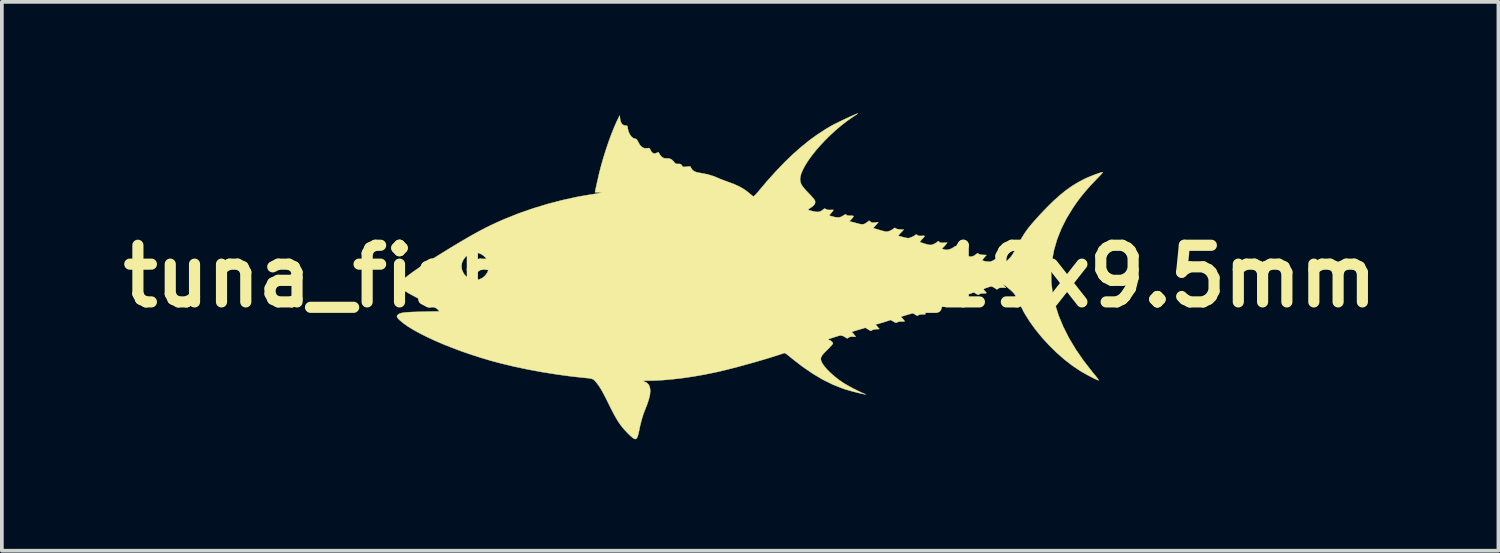
<source format=kicad_pcb>
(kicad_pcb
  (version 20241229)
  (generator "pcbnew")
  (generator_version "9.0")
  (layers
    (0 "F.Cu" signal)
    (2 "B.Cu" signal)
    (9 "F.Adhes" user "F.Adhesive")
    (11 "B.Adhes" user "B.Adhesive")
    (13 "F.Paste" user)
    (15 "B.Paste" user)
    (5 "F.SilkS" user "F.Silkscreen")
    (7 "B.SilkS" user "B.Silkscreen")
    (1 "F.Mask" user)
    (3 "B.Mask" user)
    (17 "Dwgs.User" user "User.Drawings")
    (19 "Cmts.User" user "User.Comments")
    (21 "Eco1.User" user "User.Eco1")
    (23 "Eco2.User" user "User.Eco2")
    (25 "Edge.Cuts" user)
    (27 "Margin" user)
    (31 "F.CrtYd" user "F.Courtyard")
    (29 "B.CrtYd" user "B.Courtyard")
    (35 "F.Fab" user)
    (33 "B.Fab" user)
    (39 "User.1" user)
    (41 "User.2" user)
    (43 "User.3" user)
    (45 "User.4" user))
  (footprint "tuna_fish_back3_L_19x9.5mm"
    (layer "F.Cu")
    (at 17.134 4.384)
    (property "Reference" "tuna_fish_back3_L_19x9.5mm" (at 0 0 0) (layer "F.SilkS") (effects (font (size 1.524 1.524) (thickness 0.3))))
    (attr through_hole)
    (fp_poly (pts (xy -7.383 -0.376) (xy -7.353 -0.356) (xy -7.33 -0.319) (xy -7.323 -0.282) (xy -7.333 -0.239) (xy -7.353 -0.208) (xy -7.39 -0.186) (xy -7.427 -0.178) (xy -7.471 -0.188) (xy -7.501 -0.208) (xy -7.524 -0.245) (xy -7.531 -0.282) (xy -7.521 -0.326) (xy -7.501 -0.356) (xy -7.464 -0.379) (xy -7.427 -0.386) (xy -7.383 -0.376)) (stroke (width 0.01) (type solid)) (fill yes) (layer "F.SilkS"))
    (fp_poly (pts (xy 2.896 -4.377) (xy 2.881 -4.366) (xy 2.847 -4.343) (xy 2.799 -4.311) (xy 2.755 -4.282) (xy 2.602 -4.175) (xy 2.45 -4.057) (xy 2.299 -3.929) (xy 2.153 -3.795) (xy 2.013 -3.656) (xy 1.88 -3.514) (xy 1.758 -3.372) (xy 1.648 -3.233) (xy 1.552 -3.098) (xy 1.472 -2.969) (xy 1.41 -2.85) (xy 1.368 -2.743) (xy 1.347 -2.649) (xy 1.345 -2.622) (xy 1.348 -2.566) (xy 1.36 -2.515) (xy 1.382 -2.464) (xy 1.419 -2.408) (xy 1.472 -2.344) (xy 1.545 -2.266) (xy 1.575 -2.235) (xy 1.635 -2.172) (xy 1.686 -2.115) (xy 1.723 -2.069) (xy 1.743 -2.037) (xy 1.746 -2.031) (xy 1.75 -1.985) (xy 1.737 -1.943) (xy 1.703 -1.901) (xy 1.647 -1.856) (xy 1.566 -1.804) (xy 1.566 -1.803) (xy 1.557 -1.795) (xy 1.566 -1.786) (xy 1.594 -1.775) (xy 1.646 -1.761) (xy 1.674 -1.754) (xy 1.759 -1.736) (xy 1.824 -1.731) (xy 1.877 -1.74) (xy 1.925 -1.765) (xy 1.96 -1.792) (xy 1.99 -1.815) (xy 2.011 -1.82) (xy 2.035 -1.808) (xy 2.041 -1.804) (xy 2.083 -1.788) (xy 2.142 -1.784) (xy 2.161 -1.785) (xy 2.206 -1.787) (xy 2.235 -1.786) (xy 2.243 -1.783) (xy 2.234 -1.77) (xy 2.211 -1.74) (xy 2.184 -1.706) (xy 2.124 -1.636) (xy 2.21 -1.61) (xy 2.303 -1.587) (xy 2.38 -1.583) (xy 2.446 -1.599) (xy 2.5 -1.629) (xy 2.539 -1.655) (xy 2.562 -1.665) (xy 2.579 -1.662) (xy 2.591 -1.651) (xy 2.617 -1.636) (xy 2.661 -1.629) (xy 2.704 -1.629) (xy 2.753 -1.629) (xy 2.778 -1.622) (xy 2.78 -1.606) (xy 2.759 -1.575) (xy 2.719 -1.531) (xy 2.688 -1.497) (xy 2.676 -1.479) (xy 2.682 -1.472) (xy 2.7 -1.47) (xy 2.725 -1.466) (xy 2.77 -1.455) (xy 2.829 -1.439) (xy 2.867 -1.428) (xy 2.946 -1.407) (xy 3.005 -1.398) (xy 3.051 -1.401) (xy 3.093 -1.417) (xy 3.138 -1.447) (xy 3.15 -1.456) (xy 3.202 -1.497) (xy 3.239 -1.467) (xy 3.265 -1.45) (xy 3.296 -1.443) (xy 3.341 -1.444) (xy 3.363 -1.447) (xy 3.451 -1.456) (xy 3.423 -1.422) (xy 3.394 -1.389) (xy 3.359 -1.35) (xy 3.353 -1.343) (xy 3.311 -1.297) (xy 3.472 -1.248) (xy 3.54 -1.228) (xy 3.602 -1.212) (xy 3.648 -1.202) (xy 3.671 -1.2) (xy 3.725 -1.21) (xy 3.787 -1.235) (xy 3.841 -1.267) (xy 3.858 -1.281) (xy 3.883 -1.301) (xy 3.901 -1.301) (xy 3.918 -1.288) (xy 3.954 -1.271) (xy 4.014 -1.261) (xy 4.039 -1.26) (xy 4.133 -1.255) (xy 4.057 -1.174) (xy 4.021 -1.135) (xy 3.996 -1.106) (xy 3.985 -1.092) (xy 3.985 -1.092) (xy 4.007 -1.083) (xy 4.05 -1.071) (xy 4.103 -1.057) (xy 4.159 -1.043) (xy 4.209 -1.032) (xy 4.243 -1.026) (xy 4.251 -1.025) (xy 4.29 -1.033) (xy 4.342 -1.052) (xy 4.395 -1.077) (xy 4.437 -1.103) (xy 4.445 -1.11) (xy 4.466 -1.125) (xy 4.485 -1.12) (xy 4.5 -1.107) (xy 4.525 -1.092) (xy 4.559 -1.085) (xy 4.612 -1.087) (xy 4.618 -1.087) (xy 4.663 -1.09) (xy 4.688 -1.088) (xy 4.693 -1.078) (xy 4.679 -1.055) (xy 4.644 -1.017) (xy 4.614 -0.985) (xy 4.581 -0.946) (xy 4.57 -0.924) (xy 4.576 -0.915) (xy 4.682 -0.881) (xy 4.763 -0.858) (xy 4.824 -0.845) (xy 4.866 -0.843) (xy 4.883 -0.845) (xy 4.945 -0.869) (xy 5.003 -0.9) (xy 5.042 -0.93) (xy 5.063 -0.946) (xy 5.078 -0.938) (xy 5.087 -0.926) (xy 5.104 -0.911) (xy 5.13 -0.903) (xy 5.174 -0.901) (xy 5.206 -0.902) (xy 5.304 -0.905) (xy 5.258 -0.846) (xy 5.224 -0.807) (xy 5.192 -0.775) (xy 5.18 -0.765) (xy 5.161 -0.748) (xy 5.167 -0.738) (xy 5.17 -0.737) (xy 5.199 -0.728) (xy 5.238 -0.716) (xy 5.239 -0.715) (xy 5.296 -0.71) (xy 5.364 -0.724) (xy 5.433 -0.753) (xy 5.477 -0.781) (xy 5.51 -0.805) (xy 5.53 -0.811) (xy 5.547 -0.802) (xy 5.556 -0.794) (xy 5.58 -0.779) (xy 5.616 -0.773) (xy 5.672 -0.775) (xy 5.673 -0.775) (xy 5.721 -0.778) (xy 5.746 -0.776) (xy 5.752 -0.769) (xy 5.746 -0.754) (xy 5.727 -0.727) (xy 5.696 -0.691) (xy 5.674 -0.668) (xy 5.644 -0.635) (xy 5.627 -0.612) (xy 5.626 -0.604) (xy 5.644 -0.597) (xy 5.684 -0.585) (xy 5.739 -0.569) (xy 5.778 -0.558) (xy 5.864 -0.536) (xy 5.93 -0.528) (xy 5.984 -0.535) (xy 6.032 -0.557) (xy 6.075 -0.589) (xy 6.106 -0.613) (xy 6.125 -0.618) (xy 6.143 -0.607) (xy 6.147 -0.604) (xy 6.18 -0.588) (xy 6.237 -0.578) (xy 6.265 -0.576) (xy 6.357 -0.572) (xy 6.298 -0.502) (xy 6.268 -0.465) (xy 6.251 -0.438) (xy 6.249 -0.426) (xy 6.286 -0.413) (xy 6.34 -0.401) (xy 6.398 -0.394) (xy 6.447 -0.392) (xy 6.464 -0.394) (xy 6.506 -0.409) (xy 6.556 -0.434) (xy 6.578 -0.448) (xy 6.617 -0.473) (xy 6.641 -0.482) (xy 6.658 -0.477) (xy 6.67 -0.467) (xy 6.698 -0.452) (xy 6.741 -0.447) (xy 6.78 -0.448) (xy 6.825 -0.449) (xy 6.855 -0.446) (xy 6.862 -0.442) (xy 6.853 -0.425) (xy 6.829 -0.395) (xy 6.799 -0.361) (xy 6.766 -0.324) (xy 6.751 -0.306) (xy 6.754 -0.303) (xy 6.775 -0.314) (xy 6.786 -0.32) (xy 6.844 -0.361) (xy 6.911 -0.417) (xy 6.975 -0.48) (xy 7.028 -0.539) (xy 7.042 -0.559) (xy 7.065 -0.596) (xy 7.098 -0.652) (xy 7.137 -0.722) (xy 7.179 -0.799) (xy 7.199 -0.836) (xy 7.261 -0.95) (xy 7.318 -1.049) (xy 7.373 -1.139) (xy 7.431 -1.224) (xy 7.494 -1.308) (xy 7.567 -1.397) (xy 7.652 -1.495) (xy 7.753 -1.607) (xy 7.803 -1.662) (xy 7.988 -1.856) (xy 8.162 -2.027) (xy 8.328 -2.176) (xy 8.489 -2.307) (xy 8.649 -2.421) (xy 8.81 -2.521) (xy 8.968 -2.605) (xy 9.031 -2.636) (xy 9.105 -2.668) (xy 9.184 -2.7) (xy 9.263 -2.731) (xy 9.338 -2.758) (xy 9.402 -2.781) (xy 9.452 -2.795) (xy 9.483 -2.801) (xy 9.489 -2.8) (xy 9.482 -2.788) (xy 9.457 -2.758) (xy 9.417 -2.714) (xy 9.366 -2.66) (xy 9.325 -2.618) (xy 9.171 -2.456) (xy 9.035 -2.304) (xy 8.912 -2.155) (xy 8.797 -2.003) (xy 8.684 -1.839) (xy 8.684 -1.839) (xy 8.513 -1.559) (xy 8.371 -1.276) (xy 8.259 -0.993) (xy 8.176 -0.707) (xy 8.122 -0.419) (xy 8.098 -0.129) (xy 8.104 0.163) (xy 8.139 0.457) (xy 8.204 0.753) (xy 8.298 1.051) (xy 8.422 1.352) (xy 8.575 1.655) (xy 8.758 1.961) (xy 8.97 2.269) (xy 9.212 2.58) (xy 9.251 2.627) (xy 9.31 2.699) (xy 9.35 2.751) (xy 9.372 2.784) (xy 9.377 2.799) (xy 9.37 2.799) (xy 9.331 2.784) (xy 9.272 2.757) (xy 9.2 2.721) (xy 9.12 2.68) (xy 9.038 2.636) (xy 8.96 2.592) (xy 8.892 2.552) (xy 8.88 2.545) (xy 8.664 2.4) (xy 8.449 2.233) (xy 8.24 2.049) (xy 8.038 1.85) (xy 7.848 1.642) (xy 7.673 1.427) (xy 7.516 1.209) (xy 7.381 0.992) (xy 7.275 0.787) (xy 7.226 0.683) (xy 7.186 0.601) (xy 7.151 0.537) (xy 7.117 0.485) (xy 7.081 0.441) (xy 7.04 0.4) (xy 6.991 0.356) (xy 6.952 0.323) (xy 6.888 0.272) (xy 6.845 0.238) (xy 6.82 0.22) (xy 6.812 0.217) (xy 6.816 0.227) (xy 6.832 0.25) (xy 6.836 0.255) (xy 6.877 0.31) (xy 6.79 0.307) (xy 6.733 0.308) (xy 6.695 0.317) (xy 6.671 0.333) (xy 6.646 0.351) (xy 6.628 0.349) (xy 6.614 0.338) (xy 6.582 0.316) (xy 6.542 0.292) (xy 6.538 0.291) (xy 6.51 0.278) (xy 6.485 0.274) (xy 6.455 0.279) (xy 6.408 0.294) (xy 6.398 0.297) (xy 6.335 0.319) (xy 6.298 0.335) (xy 6.282 0.349) (xy 6.285 0.363) (xy 6.302 0.383) (xy 6.313 0.393) (xy 6.341 0.423) (xy 6.356 0.444) (xy 6.357 0.448) (xy 6.344 0.455) (xy 6.309 0.459) (xy 6.273 0.46) (xy 6.206 0.466) (xy 6.165 0.482) (xy 6.163 0.484) (xy 6.145 0.497) (xy 6.126 0.496) (xy 6.095 0.48) (xy 6.079 0.47) (xy 6.02 0.433) (xy 5.861 0.49) (xy 5.797 0.513) (xy 5.744 0.533) (xy 5.707 0.548) (xy 5.693 0.555) (xy 5.697 0.571) (xy 5.717 0.598) (xy 5.734 0.617) (xy 5.784 0.668) (xy 5.692 0.668) (xy 5.632 0.671) (xy 5.594 0.681) (xy 5.574 0.695) (xy 5.557 0.71) (xy 5.54 0.712) (xy 5.514 0.7) (xy 5.484 0.682) (xy 5.421 0.642) (xy 5.336 0.672) (xy 5.29 0.689) (xy 5.257 0.701) (xy 5.246 0.707) (xy 5.251 0.72) (xy 5.269 0.748) (xy 5.281 0.764) (xy 5.321 0.817) (xy 5.228 0.817) (xy 5.159 0.821) (xy 5.117 0.834) (xy 5.109 0.84) (xy 5.09 0.853) (xy 5.071 0.851) (xy 5.04 0.834) (xy 5.03 0.827) (xy 4.977 0.791) (xy 4.812 0.847) (xy 4.747 0.869) (xy 4.693 0.889) (xy 4.656 0.903) (xy 4.641 0.909) (xy 4.647 0.922) (xy 4.668 0.948) (xy 4.679 0.958) (xy 4.707 0.988) (xy 4.722 1.009) (xy 4.724 1.013) (xy 4.71 1.019) (xy 4.675 1.024) (xy 4.635 1.025) (xy 4.57 1.029) (xy 4.53 1.043) (xy 4.524 1.048) (xy 4.508 1.06) (xy 4.489 1.059) (xy 4.458 1.042) (xy 4.446 1.033) (xy 4.409 1.01) (xy 4.382 0.997) (xy 4.375 0.995) (xy 4.356 0.999) (xy 4.315 1.011) (xy 4.258 1.027) (xy 4.208 1.042) (xy 4.056 1.089) (xy 4.107 1.146) (xy 4.137 1.18) (xy 4.155 1.204) (xy 4.159 1.211) (xy 4.146 1.215) (xy 4.111 1.216) (xy 4.079 1.215) (xy 4.008 1.219) (xy 3.964 1.235) (xy 3.942 1.247) (xy 3.922 1.249) (xy 3.893 1.238) (xy 3.855 1.217) (xy 3.78 1.175) (xy 3.653 1.217) (xy 3.584 1.239) (xy 3.516 1.259) (xy 3.46 1.275) (xy 3.45 1.278) (xy 3.374 1.297) (xy 3.426 1.358) (xy 3.478 1.419) (xy 3.392 1.423) (xy 3.333 1.43) (xy 3.291 1.444) (xy 3.28 1.451) (xy 3.264 1.463) (xy 3.248 1.466) (xy 3.224 1.458) (xy 3.186 1.436) (xy 3.159 1.42) (xy 3.102 1.385) (xy 2.921 1.438) (xy 2.853 1.458) (xy 2.795 1.475) (xy 2.754 1.488) (xy 2.736 1.494) (xy 2.736 1.494) (xy 2.742 1.506) (xy 2.764 1.532) (xy 2.784 1.554) (xy 2.814 1.588) (xy 2.833 1.614) (xy 2.837 1.623) (xy 2.824 1.629) (xy 2.793 1.627) (xy 2.785 1.626) (xy 2.715 1.623) (xy 2.659 1.641) (xy 2.638 1.656) (xy 2.622 1.668) (xy 2.602 1.666) (xy 2.571 1.648) (xy 2.561 1.641) (xy 2.497 1.605) (xy 2.442 1.592) (xy 2.389 1.6) (xy 2.386 1.601) (xy 2.351 1.612) (xy 2.297 1.629) (xy 2.233 1.649) (xy 2.206 1.658) (xy 2.145 1.677) (xy 2.109 1.69) (xy 2.095 1.698) (xy 2.099 1.705) (xy 2.117 1.71) (xy 2.163 1.73) (xy 2.202 1.761) (xy 2.225 1.794) (xy 2.228 1.808) (xy 2.218 1.826) (xy 2.19 1.86) (xy 2.148 1.906) (xy 2.096 1.959) (xy 2.08 1.974) (xy 2.01 2.044) (xy 1.959 2.1) (xy 1.927 2.146) (xy 1.908 2.185) (xy 1.901 2.223) (xy 1.901 2.232) (xy 1.914 2.286) (xy 1.949 2.353) (xy 2.004 2.43) (xy 2.076 2.513) (xy 2.163 2.599) (xy 2.262 2.686) (xy 2.369 2.772) (xy 2.483 2.852) (xy 2.522 2.877) (xy 2.584 2.914) (xy 2.664 2.959) (xy 2.754 3.008) (xy 2.848 3.056) (xy 2.937 3.1) (xy 3.014 3.137) (xy 3.067 3.16) (xy 3.112 3.178) (xy 3.06 3.17) (xy 2.999 3.158) (xy 2.918 3.139) (xy 2.823 3.115) (xy 2.723 3.089) (xy 2.626 3.061) (xy 2.538 3.034) (xy 2.495 3.02) (xy 2.228 2.915) (xy 1.956 2.781) (xy 1.682 2.618) (xy 1.405 2.428) (xy 1.19 2.262) (xy 1.107 2.196) (xy 1.045 2.145) (xy 0.999 2.109) (xy 0.966 2.085) (xy 0.943 2.072) (xy 0.927 2.066) (xy 0.913 2.066) (xy 0.9 2.071) (xy 0.886 2.076) (xy 0.729 2.128) (xy 0.548 2.185) (xy 0.349 2.245) (xy 0.14 2.306) (xy -0.075 2.366) (xy -0.289 2.425) (xy -0.496 2.479) (xy -0.691 2.528) (xy -0.868 2.57) (xy -0.928 2.583) (xy -1.226 2.644) (xy -1.523 2.696) (xy -1.816 2.739) (xy -2.1 2.772) (xy -2.368 2.795) (xy -2.616 2.807) (xy -2.703 2.808) (xy -2.783 2.809) (xy -2.836 2.81) (xy -2.866 2.812) (xy -2.876 2.816) (xy -2.87 2.821) (xy -2.849 2.829) (xy -2.845 2.831) (xy -2.776 2.868) (xy -2.726 2.922) (xy -2.697 2.993) (xy -2.687 3.082) (xy -2.697 3.19) (xy -2.728 3.318) (xy -2.778 3.466) (xy -2.829 3.593) (xy -2.876 3.717) (xy -2.921 3.865) (xy -2.964 4.039) (xy -2.986 4.144) (xy -3.008 4.245) (xy -3.03 4.317) (xy -3.053 4.362) (xy -3.081 4.38) (xy -3.118 4.373) (xy -3.166 4.341) (xy -3.228 4.286) (xy -3.286 4.23) (xy -3.36 4.153) (xy -3.426 4.078) (xy -3.488 3.999) (xy -3.547 3.913) (xy -3.607 3.815) (xy -3.67 3.702) (xy -3.739 3.569) (xy -3.809 3.428) (xy -3.886 3.273) (xy -3.953 3.145) (xy -4.01 3.043) (xy -4.059 2.965) (xy -4.081 2.934) (xy -4.132 2.865) (xy -4.173 2.817) (xy -4.208 2.784) (xy -4.247 2.763) (xy -4.295 2.75) (xy -4.359 2.741) (xy -4.434 2.734) (xy -4.808 2.694) (xy -5.196 2.641) (xy -5.589 2.579) (xy -5.978 2.507) (xy -6.355 2.428) (xy -6.711 2.342) (xy -6.72 2.34) (xy -6.984 2.269) (xy -7.249 2.19) (xy -7.51 2.106) (xy -7.766 2.018) (xy -8.014 1.925) (xy -8.252 1.83) (xy -8.477 1.734) (xy -8.688 1.636) (xy -8.881 1.539) (xy -9.055 1.444) (xy -9.207 1.351) (xy -9.334 1.261) (xy -9.435 1.176) (xy -9.436 1.175) (xy -9.481 1.128) (xy -9.502 1.092) (xy -9.501 1.063) (xy -9.48 1.035) (xy -9.478 1.034) (xy -9.454 1.016) (xy -9.424 1.001) (xy -9.384 0.989) (xy -9.332 0.979) (xy -9.264 0.972) (xy -9.177 0.965) (xy -9.069 0.96) (xy -8.936 0.956) (xy -8.824 0.953) (xy -8.358 0.943) (xy -8.408 0.89) (xy -8.444 0.861) (xy -8.507 0.821) (xy -8.595 0.77) (xy -8.71 0.709) (xy -8.786 0.669) (xy -8.93 0.595) (xy -9.049 0.532) (xy -9.147 0.479) (xy -9.226 0.434) (xy -9.288 0.395) (xy -9.335 0.362) (xy -9.371 0.333) (xy -9.396 0.309) (xy -9.425 0.274) (xy -9.437 0.249) (xy -9.435 0.223) (xy -9.43 0.209) (xy -9.404 0.163) (xy -9.353 0.107) (xy -9.277 0.038) (xy -9.175 -0.043) (xy -9.047 -0.136) (xy -8.894 -0.241) (xy -8.854 -0.267) (xy -7.769 -0.267) (xy -7.755 -0.179) (xy -7.718 -0.093) (xy -7.663 -0.016) (xy -7.593 0.044) (xy -7.519 0.081) (xy -7.44 0.099) (xy -7.369 0.1) (xy -7.292 0.084) (xy -7.282 0.081) (xy -7.2 0.042) (xy -7.129 -0.019) (xy -7.073 -0.097) (xy -7.037 -0.185) (xy -7.026 -0.267) (xy -7.04 -0.361) (xy -7.079 -0.448) (xy -7.139 -0.524) (xy -7.214 -0.584) (xy -7.301 -0.624) (xy -7.395 -0.639) (xy -7.397 -0.639) (xy -7.491 -0.625) (xy -7.578 -0.586) (xy -7.654 -0.526) (xy -7.714 -0.45) (xy -7.754 -0.363) (xy -7.769 -0.27) (xy -7.769 -0.267) (xy -8.854 -0.267) (xy -8.714 -0.359) (xy -8.508 -0.49) (xy -8.467 -0.516) (xy -8.241 -0.656) (xy -8.037 -0.781) (xy -7.853 -0.892) (xy -7.684 -0.992) (xy -7.53 -1.081) (xy -7.386 -1.162) (xy -7.251 -1.235) (xy -7.121 -1.302) (xy -6.994 -1.365) (xy -6.867 -1.425) (xy -6.736 -1.484) (xy -6.6 -1.543) (xy -6.597 -1.544) (xy -6.225 -1.693) (xy -5.833 -1.829) (xy -5.43 -1.951) (xy -5.023 -2.056) (xy -4.621 -2.143) (xy -4.293 -2.199) (xy -4.219 -2.21) (xy -4.141 -2.223) (xy -4.075 -2.235) (xy -4.07 -2.236) (xy -3.973 -2.254) (xy -4.074 -2.256) (xy -4.124 -2.258) (xy -4.16 -2.26) (xy -4.174 -2.262) (xy -4.174 -2.262) (xy -4.171 -2.281) (xy -4.162 -2.323) (xy -4.15 -2.383) (xy -4.134 -2.455) (xy -4.117 -2.533) (xy -4.099 -2.611) (xy -4.083 -2.685) (xy -4.068 -2.748) (xy -4.061 -2.778) (xy -4.006 -2.989) (xy -3.944 -3.205) (xy -3.876 -3.42) (xy -3.805 -3.629) (xy -3.732 -3.828) (xy -3.659 -4.009) (xy -3.588 -4.17) (xy -3.552 -4.243) (xy -3.51 -4.328) (xy -3.499 -4.234) (xy -3.481 -4.153) (xy -3.447 -4.095) (xy -3.398 -4.063) (xy -3.353 -4.055) (xy -3.323 -4.054) (xy -3.307 -4.044) (xy -3.298 -4.02) (xy -3.293 -3.978) (xy -3.274 -3.896) (xy -3.241 -3.822) (xy -3.197 -3.761) (xy -3.147 -3.718) (xy -3.094 -3.699) (xy -3.083 -3.699) (xy -3.061 -3.691) (xy -3.04 -3.666) (xy -3.014 -3.618) (xy -3.012 -3.613) (xy -2.962 -3.528) (xy -2.905 -3.472) (xy -2.839 -3.443) (xy -2.766 -3.444) (xy -2.758 -3.445) (xy -2.724 -3.451) (xy -2.705 -3.443) (xy -2.69 -3.416) (xy -2.684 -3.401) (xy -2.66 -3.358) (xy -2.628 -3.323) (xy -2.623 -3.319) (xy -2.595 -3.304) (xy -2.57 -3.302) (xy -2.534 -3.313) (xy -2.525 -3.316) (xy -2.467 -3.339) (xy -2.428 -3.272) (xy -2.379 -3.212) (xy -2.319 -3.178) (xy -2.249 -3.172) (xy -2.24 -3.173) (xy -2.176 -3.17) (xy -2.113 -3.141) (xy -2.059 -3.092) (xy -2.046 -3.075) (xy -2.022 -3.044) (xy -1.998 -3.028) (xy -1.963 -3.023) (xy -1.936 -3.023) (xy -1.89 -3.022) (xy -1.863 -3.013) (xy -1.844 -2.993) (xy -1.836 -2.981) (xy -1.822 -2.958) (xy -1.807 -2.946) (xy -1.782 -2.943) (xy -1.739 -2.945) (xy -1.712 -2.948) (xy -1.612 -2.958) (xy -1.582 -2.902) (xy -1.547 -2.856) (xy -1.497 -2.821) (xy -1.428 -2.796) (xy -1.333 -2.778) (xy -1.329 -2.777) (xy -1.146 -2.743) (xy -0.979 -2.692) (xy -0.884 -2.652) (xy -0.815 -2.623) (xy -0.732 -2.59) (xy -0.648 -2.559) (xy -0.612 -2.546) (xy -0.436 -2.481) (xy -0.285 -2.412) (xy -0.156 -2.337) (xy -0.054 -2.261) (xy -0.003 -2.218) (xy 0.042 -2.182) (xy 0.073 -2.157) (xy 0.084 -2.149) (xy 0.101 -2.155) (xy 0.133 -2.183) (xy 0.176 -2.23) (xy 0.203 -2.261) (xy 0.451 -2.555) (xy 0.691 -2.822) (xy 0.924 -3.065) (xy 1.152 -3.285) (xy 1.377 -3.483) (xy 1.6 -3.663) (xy 1.824 -3.824) (xy 2.05 -3.97) (xy 2.192 -4.053) (xy 2.244 -4.081) (xy 2.31 -4.114) (xy 2.386 -4.152) (xy 2.468 -4.191) (xy 2.552 -4.231) (xy 2.635 -4.269) (xy 2.713 -4.305) (xy 2.782 -4.335) (xy 2.838 -4.359) (xy 2.877 -4.374) (xy 2.896 -4.379) (xy 2.896 -4.377)) (stroke (width 0.01) (type solid)) (fill yes) (layer "F.SilkS")))
  (gr_rect
    (start -3 -3)
    (end 37.268 11.769)
    (stroke (width 0.1) (type default))
    (fill no)
    (layer "Edge.Cuts")))
</source>
